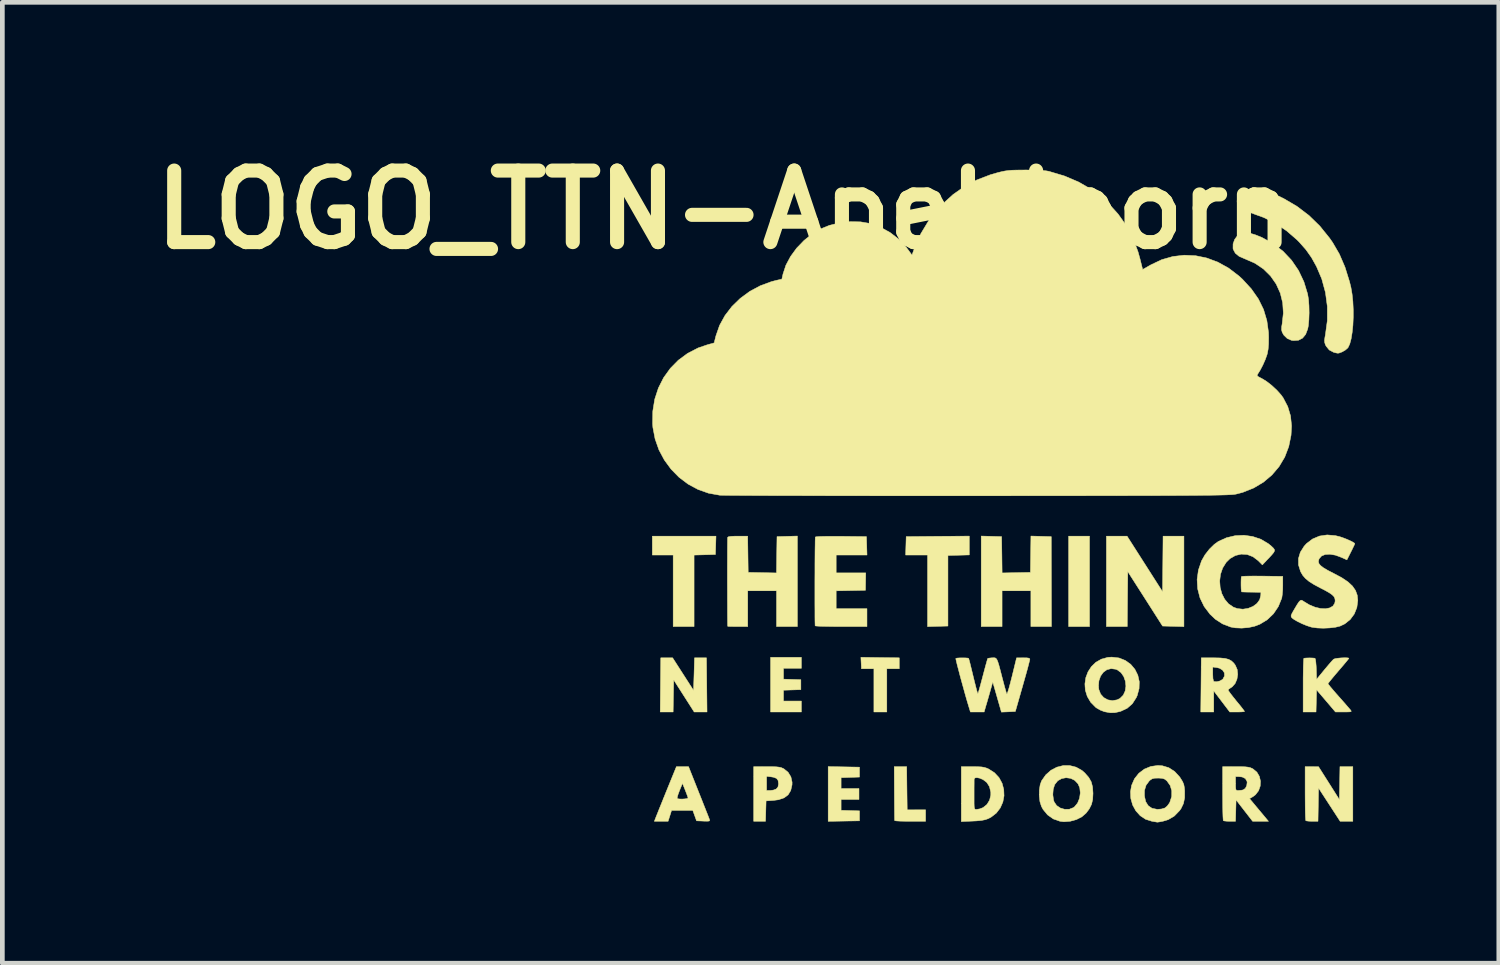
<source format=kicad_pcb>
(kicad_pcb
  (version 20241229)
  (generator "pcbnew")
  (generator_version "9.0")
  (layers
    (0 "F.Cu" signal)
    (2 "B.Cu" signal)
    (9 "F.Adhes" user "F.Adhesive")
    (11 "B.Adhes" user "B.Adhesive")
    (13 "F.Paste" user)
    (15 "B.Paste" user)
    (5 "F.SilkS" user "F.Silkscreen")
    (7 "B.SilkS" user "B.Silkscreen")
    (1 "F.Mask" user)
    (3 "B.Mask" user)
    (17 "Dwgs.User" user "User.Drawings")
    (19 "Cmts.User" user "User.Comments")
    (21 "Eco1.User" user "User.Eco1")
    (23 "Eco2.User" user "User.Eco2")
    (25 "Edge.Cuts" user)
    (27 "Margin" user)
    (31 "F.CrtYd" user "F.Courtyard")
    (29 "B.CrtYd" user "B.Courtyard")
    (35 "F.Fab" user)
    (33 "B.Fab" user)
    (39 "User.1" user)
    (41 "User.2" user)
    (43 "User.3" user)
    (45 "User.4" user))
  (footprint "LOGO_TTN-Apeldoorn"
    (layer "F.Cu")
    (at 18.381 7.418)
    (property "Reference" "LOGO_TTN-Apeldoorn" (at -6 -6 0) (layer "F.SilkS") (effects (font (size 1.524 1.524) (thickness 0.3))))
    (attr through_hole)
    (fp_poly (pts (xy 1.778 2.879) (xy 1.333 2.879) (xy 1.333 0.953) (xy 1.778 0.953) (xy 1.778 2.879)) (stroke (width 0.01) (type solid)) (fill yes) (layer "F.SilkS"))
    (fp_poly (pts (xy -6.191 1.344) (xy -6.419 1.35) (xy -6.646 1.356) (xy -6.646 2.879) (xy -7.091 2.879) (xy -7.091 1.355) (xy -7.535 1.355) (xy -7.535 0.953) (xy -6.179 0.953) (xy -6.191 1.344)) (stroke (width 0.01) (type solid)) (fill yes) (layer "F.SilkS"))
    (fp_poly (pts (xy -2.684 3.54) (xy -2.275 3.545) (xy -2.275 3.778) (xy -2.408 3.777) (xy -2.54 3.777) (xy -2.54 4.699) (xy -2.815 4.699) (xy -2.815 3.777) (xy -2.947 3.777) (xy -3.08 3.778) (xy -3.092 3.534) (xy -2.684 3.54)) (stroke (width 0.01) (type solid)) (fill yes) (layer "F.SilkS"))
    (fp_poly (pts (xy -4.36 3.768) (xy -4.741 3.768) (xy -4.741 3.999) (xy -4.371 4.011) (xy -4.371 4.223) (xy -4.741 4.235) (xy -4.741 4.466) (xy -4.36 4.466) (xy -4.36 4.699) (xy -5.016 4.699) (xy -5.016 3.535) (xy -4.36 3.535) (xy -4.36 3.768)) (stroke (width 0.01) (type solid)) (fill yes) (layer "F.SilkS"))
    (fp_poly (pts (xy -3.122 5.874) (xy -3.122 6.085) (xy -3.514 6.098) (xy -3.514 6.329) (xy -3.133 6.329) (xy -3.133 6.562) (xy -3.514 6.562) (xy -3.514 6.793) (xy -3.122 6.805) (xy -3.122 7.017) (xy -3.789 7.028) (xy -3.789 5.862) (xy -3.122 5.874)) (stroke (width 0.01) (type solid)) (fill yes) (layer "F.SilkS"))
    (fp_poly (pts (xy -0.783 1.353) (xy -1.011 1.359) (xy -1.238 1.365) (xy -1.238 2.868) (xy -1.455 2.874) (xy -1.672 2.88) (xy -1.672 1.355) (xy -2.139 1.355) (xy -2.133 1.159) (xy -2.127 0.963) (xy -1.455 0.957) (xy -0.783 0.952) (xy -0.783 1.353)) (stroke (width 0.01) (type solid)) (fill yes) (layer "F.SilkS"))
    (fp_poly (pts (xy -6.88 3.892) (xy -6.657 4.239) (xy -6.646 3.892) (xy -6.636 3.545) (xy -6.382 3.545) (xy -6.376 4.122) (xy -6.37 4.699) (xy -6.643 4.699) (xy -7.08 4.015) (xy -7.092 4.699) (xy -7.367 4.699) (xy -7.361 4.122) (xy -7.355 3.545) (xy -7.103 3.545) (xy -6.88 3.892)) (stroke (width 0.01) (type solid)) (fill yes) (layer "F.SilkS"))
    (fp_poly (pts (xy 2.956 1.545) (xy 3.334 2.137) (xy 3.345 0.953) (xy 3.789 0.953) (xy 3.789 2.88) (xy 3.562 2.874) (xy 3.334 2.868) (xy 2.964 2.288) (xy 2.593 1.708) (xy 2.587 2.293) (xy 2.582 2.879) (xy 2.138 2.879) (xy 2.138 0.953) (xy 2.578 0.953) (xy 2.956 1.545)) (stroke (width 0.01) (type solid)) (fill yes) (layer "F.SilkS"))
    (fp_poly (pts (xy -0.312 0.957) (xy -0.095 0.963) (xy -0.089 1.35) (xy -0.084 1.737) (xy 0.217 1.731) (xy 0.519 1.725) (xy 0.53 0.951) (xy 0.963 0.963) (xy 0.965 1.921) (xy 0.967 2.879) (xy 0.529 2.879) (xy 0.529 2.117) (xy -0.085 2.117) (xy -0.085 2.879) (xy -0.529 2.879) (xy -0.529 0.951) (xy -0.312 0.957)) (stroke (width 0.01) (type solid)) (fill yes) (layer "F.SilkS"))
    (fp_poly (pts (xy -2.112 6.324) (xy -2.106 6.784) (xy -1.91 6.783) (xy -1.714 6.783) (xy -1.714 7.027) (xy -2.043 7.027) (xy -2.155 7.026) (xy -2.252 7.024) (xy -2.324 7.02) (xy -2.366 7.015) (xy -2.373 7.011) (xy -2.374 6.987) (xy -2.375 6.926) (xy -2.376 6.833) (xy -2.377 6.716) (xy -2.378 6.579) (xy -2.379 6.429) (xy -2.382 5.863) (xy -2.117 5.863) (xy -2.112 6.324)) (stroke (width 0.01) (type solid)) (fill yes) (layer "F.SilkS"))
    (fp_poly (pts (xy 7.387 7.027) (xy 7.117 7.027) (xy 6.657 6.319) (xy 6.651 6.673) (xy 6.645 7.027) (xy 6.522 7.027) (xy 6.454 7.025) (xy 6.403 7.019) (xy 6.385 7.013) (xy 6.382 6.989) (xy 6.378 6.928) (xy 6.375 6.837) (xy 6.373 6.719) (xy 6.372 6.582) (xy 6.371 6.431) (xy 6.371 5.863) (xy 6.657 5.865) (xy 6.879 6.215) (xy 7.101 6.566) (xy 7.107 6.214) (xy 7.113 5.863) (xy 7.387 5.863) (xy 7.387 7.027)) (stroke (width 0.01) (type solid)) (fill yes) (layer "F.SilkS"))
    (fp_poly (pts (xy -5.096 5.864) (xy -4.978 5.864) (xy -4.894 5.867) (xy -4.834 5.874) (xy -4.789 5.884) (xy -4.75 5.901) (xy -4.731 5.911) (xy -4.642 5.984) (xy -4.583 6.081) (xy -4.558 6.194) (xy -4.559 6.251) (xy -4.587 6.372) (xy -4.643 6.464) (xy -4.729 6.528) (xy -4.847 6.568) (xy -4.953 6.582) (xy -5.112 6.593) (xy -5.118 6.81) (xy -5.124 7.027) (xy -5.376 7.027) (xy -5.376 6.371) (xy -5.101 6.371) (xy -5.021 6.371) (xy -4.955 6.362) (xy -4.899 6.341) (xy -4.894 6.338) (xy -4.859 6.298) (xy -4.847 6.235) (xy -4.847 6.224) (xy -4.856 6.157) (xy -4.888 6.114) (xy -4.951 6.089) (xy -5.006 6.08) (xy -5.101 6.069) (xy -5.101 6.371) (xy -5.376 6.371) (xy -5.376 5.863) (xy -5.096 5.864)) (stroke (width 0.01) (type solid)) (fill yes) (layer "F.SilkS"))
    (fp_poly (pts (xy -4.445 2.879) (xy -4.889 2.879) (xy -4.889 2.117) (xy -5.503 2.117) (xy -5.503 2.879) (xy -5.715 2.879) (xy -5.804 2.878) (xy -5.875 2.877) (xy -5.919 2.875) (xy -5.929 2.873) (xy -5.931 2.85) (xy -5.932 2.79) (xy -5.933 2.698) (xy -5.934 2.579) (xy -5.934 2.439) (xy -5.935 2.283) (xy -5.935 2.115) (xy -5.936 1.942) (xy -5.936 1.769) (xy -5.936 1.6) (xy -5.935 1.441) (xy -5.935 1.298) (xy -5.934 1.175) (xy -5.933 1.077) (xy -5.932 1.011) (xy -5.931 0.98) (xy -5.931 0.979) (xy -5.911 0.965) (xy -5.858 0.957) (xy -5.77 0.953) (xy -5.713 0.953) (xy -5.504 0.953) (xy -5.493 1.725) (xy -5.192 1.731) (xy -4.89 1.737) (xy -4.885 1.35) (xy -4.879 0.963) (xy -4.662 0.957) (xy -4.445 0.951) (xy -4.445 2.879)) (stroke (width 0.01) (type solid)) (fill yes) (layer "F.SilkS"))
    (fp_poly (pts (xy -3.512 0.957) (xy -2.974 0.963) (xy -2.968 1.159) (xy -2.962 1.355) (xy -3.619 1.355) (xy -3.619 1.736) (xy -2.989 1.736) (xy -2.992 1.921) (xy -2.995 2.106) (xy -3.307 2.112) (xy -3.619 2.118) (xy -3.619 2.498) (xy -2.963 2.498) (xy -2.963 2.879) (xy -3.514 2.879) (xy -3.661 2.878) (xy -3.794 2.876) (xy -3.907 2.874) (xy -3.994 2.871) (xy -4.049 2.867) (xy -4.067 2.863) (xy -4.068 2.832) (xy -4.07 2.765) (xy -4.071 2.668) (xy -4.071 2.544) (xy -4.072 2.401) (xy -4.072 2.242) (xy -4.072 2.073) (xy -4.072 1.899) (xy -4.071 1.727) (xy -4.071 1.559) (xy -4.07 1.403) (xy -4.069 1.263) (xy -4.067 1.145) (xy -4.066 1.054) (xy -4.064 0.994) (xy -4.063 0.971) (xy -4.038 0.966) (xy -3.976 0.961) (xy -3.881 0.958) (xy -3.757 0.957) (xy -3.608 0.957) (xy -3.512 0.957)) (stroke (width 0.01) (type solid)) (fill yes) (layer "F.SilkS"))
    (fp_poly (pts (xy 5.192 -5.501) (xy 5.305 -5.468) (xy 5.431 -5.418) (xy 5.453 -5.408) (xy 5.692 -5.277) (xy 5.902 -5.115) (xy 6.082 -4.924) (xy 6.23 -4.707) (xy 6.345 -4.465) (xy 6.424 -4.205) (xy 6.443 -4.091) (xy 6.453 -3.952) (xy 6.456 -3.803) (xy 6.451 -3.656) (xy 6.439 -3.528) (xy 6.426 -3.461) (xy 6.382 -3.345) (xy 6.316 -3.265) (xy 6.229 -3.22) (xy 6.122 -3.213) (xy 6.079 -3.219) (xy 5.99 -3.258) (xy 5.917 -3.329) (xy 5.883 -3.389) (xy 5.869 -3.442) (xy 5.871 -3.507) (xy 5.882 -3.571) (xy 5.907 -3.798) (xy 5.893 -4.017) (xy 5.842 -4.224) (xy 5.755 -4.416) (xy 5.635 -4.588) (xy 5.485 -4.737) (xy 5.305 -4.859) (xy 5.098 -4.95) (xy 5.088 -4.954) (xy 4.966 -5.007) (xy 4.884 -5.074) (xy 4.84 -5.156) (xy 4.835 -5.176) (xy 4.836 -5.273) (xy 4.87 -5.368) (xy 4.93 -5.448) (xy 5.008 -5.504) (xy 5.034 -5.513) (xy 5.099 -5.517) (xy 5.192 -5.501)) (stroke (width 0.01) (type solid)) (fill yes) (layer "F.SilkS"))
    (fp_poly (pts (xy -6.893 5.863) (xy -6.763 5.864) (xy -6.547 6.408) (xy -6.489 6.553) (xy -6.437 6.685) (xy -6.391 6.801) (xy -6.354 6.894) (xy -6.329 6.959) (xy -6.317 6.991) (xy -6.316 6.991) (xy -6.313 7.011) (xy -6.326 7.022) (xy -6.364 7.025) (xy -6.435 7.024) (xy -6.448 7.023) (xy -6.593 7.017) (xy -6.633 6.906) (xy -6.673 6.795) (xy -7.125 6.795) (xy -7.199 7.027) (xy -7.492 7.027) (xy -7.449 6.916) (xy -7.428 6.865) (xy -7.395 6.781) (xy -7.351 6.673) (xy -7.3 6.547) (xy -7.298 6.542) (xy -7.006 6.542) (xy -7.004 6.545) (xy -6.96 6.552) (xy -6.901 6.554) (xy -6.841 6.55) (xy -6.794 6.543) (xy -6.774 6.532) (xy -6.774 6.532) (xy -6.782 6.502) (xy -6.803 6.445) (xy -6.831 6.372) (xy -6.834 6.364) (xy -6.893 6.218) (xy -6.958 6.378) (xy -6.986 6.453) (xy -7.003 6.51) (xy -7.006 6.542) (xy -7.298 6.542) (xy -7.245 6.41) (xy -7.214 6.334) (xy -7.022 5.863) (xy -6.893 5.863)) (stroke (width 0.01) (type solid)) (fill yes) (layer "F.SilkS"))
    (fp_poly (pts (xy 4.895 5.864) (xy 5.012 5.864) (xy 5.096 5.867) (xy 5.156 5.874) (xy 5.201 5.884) (xy 5.24 5.901) (xy 5.26 5.911) (xy 5.343 5.98) (xy 5.396 6.07) (xy 5.42 6.172) (xy 5.414 6.277) (xy 5.379 6.376) (xy 5.314 6.461) (xy 5.261 6.501) (xy 5.187 6.544) (xy 5.59 7.027) (xy 5.253 7.027) (xy 4.9 6.572) (xy 4.894 6.8) (xy 4.888 7.027) (xy 4.765 7.027) (xy 4.697 7.025) (xy 4.646 7.019) (xy 4.628 7.013) (xy 4.625 6.989) (xy 4.621 6.928) (xy 4.618 6.837) (xy 4.616 6.719) (xy 4.615 6.582) (xy 4.614 6.431) (xy 4.614 6.075) (xy 4.889 6.075) (xy 4.889 6.223) (xy 4.89 6.3) (xy 4.894 6.345) (xy 4.906 6.365) (xy 4.929 6.371) (xy 4.948 6.371) (xy 5.01 6.366) (xy 5.052 6.358) (xy 5.097 6.326) (xy 5.127 6.268) (xy 5.136 6.199) (xy 5.131 6.172) (xy 5.097 6.116) (xy 5.029 6.083) (xy 4.952 6.075) (xy 4.889 6.075) (xy 4.614 6.075) (xy 4.614 5.863) (xy 4.895 5.864)) (stroke (width 0.01) (type solid)) (fill yes) (layer "F.SilkS"))
    (fp_poly (pts (xy -0.714 5.863) (xy -0.604 5.865) (xy -0.524 5.869) (xy -0.464 5.879) (xy -0.412 5.895) (xy -0.37 5.914) (xy -0.245 5.994) (xy -0.149 6.098) (xy -0.084 6.218) (xy -0.049 6.349) (xy -0.043 6.484) (xy -0.068 6.617) (xy -0.123 6.742) (xy -0.207 6.852) (xy -0.321 6.94) (xy -0.381 6.971) (xy -0.444 6.993) (xy -0.524 7.009) (xy -0.63 7.019) (xy -0.714 7.023) (xy -0.953 7.033) (xy -0.953 6.553) (xy -0.681 6.553) (xy -0.681 6.646) (xy -0.679 6.708) (xy -0.674 6.746) (xy -0.665 6.766) (xy -0.652 6.773) (xy -0.633 6.774) (xy -0.619 6.773) (xy -0.561 6.763) (xy -0.495 6.738) (xy -0.487 6.734) (xy -0.407 6.669) (xy -0.351 6.577) (xy -0.325 6.471) (xy -0.325 6.408) (xy -0.353 6.29) (xy -0.409 6.201) (xy -0.488 6.14) (xy -0.559 6.109) (xy -0.621 6.097) (xy -0.664 6.104) (xy -0.679 6.128) (xy -0.68 6.16) (xy -0.68 6.226) (xy -0.681 6.315) (xy -0.681 6.418) (xy -0.681 6.424) (xy -0.681 6.553) (xy -0.953 6.553) (xy -0.953 5.863) (xy -0.714 5.863)) (stroke (width 0.01) (type solid)) (fill yes) (layer "F.SilkS"))
    (fp_poly (pts (xy 4.562 3.548) (xy 4.666 3.558) (xy 4.744 3.579) (xy 4.803 3.612) (xy 4.853 3.66) (xy 4.884 3.703) (xy 4.924 3.794) (xy 4.935 3.897) (xy 4.919 4) (xy 4.879 4.093) (xy 4.817 4.163) (xy 4.783 4.185) (xy 4.745 4.211) (xy 4.731 4.232) (xy 4.744 4.255) (xy 4.779 4.304) (xy 4.831 4.371) (xy 4.895 4.451) (xy 4.905 4.464) (xy 4.971 4.543) (xy 5.025 4.611) (xy 5.063 4.661) (xy 5.08 4.686) (xy 5.08 4.687) (xy 5.061 4.693) (xy 5.009 4.697) (xy 4.936 4.699) (xy 4.923 4.699) (xy 4.766 4.699) (xy 4.595 4.474) (xy 4.424 4.249) (xy 4.424 4.699) (xy 4.148 4.699) (xy 4.154 4.122) (xy 4.156 3.89) (xy 4.403 3.89) (xy 4.407 3.985) (xy 4.419 4.038) (xy 4.429 4.05) (xy 4.485 4.055) (xy 4.552 4.039) (xy 4.609 4.007) (xy 4.62 3.996) (xy 4.654 3.931) (xy 4.651 3.865) (xy 4.614 3.808) (xy 4.549 3.767) (xy 4.492 3.753) (xy 4.403 3.741) (xy 4.403 3.89) (xy 4.156 3.89) (xy 4.159 3.545) (xy 4.424 3.545) (xy 4.562 3.548)) (stroke (width 0.01) (type solid)) (fill yes) (layer "F.SilkS"))
    (fp_poly (pts (xy 2.407 3.548) (xy 2.542 3.602) (xy 2.656 3.684) (xy 2.745 3.79) (xy 2.807 3.915) (xy 2.838 4.053) (xy 2.834 4.199) (xy 2.794 4.348) (xy 2.773 4.394) (xy 2.69 4.523) (xy 2.581 4.619) (xy 2.445 4.683) (xy 2.425 4.689) (xy 2.318 4.713) (xy 2.219 4.715) (xy 2.109 4.695) (xy 2.089 4.69) (xy 2.009 4.659) (xy 1.93 4.614) (xy 1.91 4.6) (xy 1.802 4.49) (xy 1.73 4.367) (xy 1.689 4.235) (xy 1.683 4.152) (xy 1.969 4.152) (xy 1.977 4.221) (xy 2.015 4.318) (xy 2.081 4.392) (xy 2.168 4.44) (xy 2.265 4.457) (xy 2.365 4.44) (xy 2.428 4.409) (xy 2.497 4.34) (xy 2.538 4.25) (xy 2.553 4.148) (xy 2.542 4.043) (xy 2.507 3.944) (xy 2.449 3.86) (xy 2.369 3.801) (xy 2.337 3.788) (xy 2.238 3.775) (xy 2.148 3.798) (xy 2.072 3.853) (xy 2.014 3.933) (xy 1.978 4.035) (xy 1.969 4.152) (xy 1.683 4.152) (xy 1.68 4.1) (xy 1.699 3.967) (xy 1.746 3.843) (xy 1.818 3.732) (xy 1.913 3.64) (xy 2.031 3.573) (xy 2.169 3.535) (xy 2.253 3.53) (xy 2.407 3.548)) (stroke (width 0.01) (type solid)) (fill yes) (layer "F.SilkS"))
    (fp_poly (pts (xy 1.492 5.874) (xy 1.618 5.945) (xy 1.679 5.999) (xy 1.762 6.094) (xy 1.815 6.188) (xy 1.843 6.296) (xy 1.852 6.429) (xy 1.852 6.435) (xy 1.845 6.564) (xy 1.82 6.668) (xy 1.773 6.762) (xy 1.704 6.854) (xy 1.614 6.932) (xy 1.497 6.991) (xy 1.365 7.027) (xy 1.231 7.037) (xy 1.15 7.027) (xy 1.007 6.977) (xy 0.885 6.891) (xy 0.789 6.775) (xy 0.754 6.71) (xy 0.722 6.61) (xy 0.708 6.489) (xy 0.708 6.46) (xy 0.996 6.46) (xy 1.011 6.571) (xy 1.025 6.615) (xy 1.078 6.692) (xy 1.157 6.745) (xy 1.25 6.772) (xy 1.346 6.771) (xy 1.433 6.737) (xy 1.457 6.72) (xy 1.524 6.639) (xy 1.566 6.535) (xy 1.582 6.422) (xy 1.57 6.313) (xy 1.533 6.229) (xy 1.463 6.155) (xy 1.375 6.112) (xy 1.279 6.099) (xy 1.184 6.117) (xy 1.101 6.164) (xy 1.039 6.242) (xy 1.036 6.246) (xy 1.005 6.345) (xy 0.996 6.46) (xy 0.708 6.46) (xy 0.709 6.363) (xy 0.727 6.248) (xy 0.757 6.165) (xy 0.846 6.038) (xy 0.957 5.94) (xy 1.083 5.874) (xy 1.218 5.84) (xy 1.357 5.84) (xy 1.492 5.874)) (stroke (width 0.01) (type solid)) (fill yes) (layer "F.SilkS"))
    (fp_poly (pts (xy 5.306 -6.465) (xy 5.396 -6.447) (xy 5.507 -6.413) (xy 5.635 -6.366) (xy 5.77 -6.308) (xy 5.907 -6.242) (xy 5.91 -6.241) (xy 6.195 -6.074) (xy 6.452 -5.879) (xy 6.683 -5.654) (xy 6.893 -5.394) (xy 6.957 -5.302) (xy 7.1 -5.057) (xy 7.22 -4.778) (xy 7.316 -4.47) (xy 7.346 -4.35) (xy 7.371 -4.205) (xy 7.388 -4.045) (xy 7.396 -3.875) (xy 7.396 -3.705) (xy 7.389 -3.539) (xy 7.373 -3.386) (xy 7.351 -3.251) (xy 7.322 -3.142) (xy 7.287 -3.067) (xy 7.274 -3.051) (xy 7.222 -3.007) (xy 7.155 -2.97) (xy 7.093 -2.947) (xy 7.065 -2.944) (xy 7.026 -2.951) (xy 6.977 -2.964) (xy 6.885 -3.013) (xy 6.818 -3.095) (xy 6.802 -3.126) (xy 6.788 -3.171) (xy 6.784 -3.218) (xy 6.793 -3.283) (xy 6.803 -3.338) (xy 6.844 -3.638) (xy 6.844 -3.94) (xy 6.804 -4.238) (xy 6.725 -4.528) (xy 6.614 -4.789) (xy 6.506 -4.983) (xy 6.387 -5.151) (xy 6.245 -5.312) (xy 6.196 -5.361) (xy 5.975 -5.552) (xy 5.736 -5.712) (xy 5.487 -5.836) (xy 5.301 -5.903) (xy 5.188 -5.945) (xy 5.11 -5.995) (xy 5.058 -6.061) (xy 5.037 -6.111) (xy 5.025 -6.203) (xy 5.049 -6.295) (xy 5.101 -6.377) (xy 5.177 -6.439) (xy 5.247 -6.466) (xy 5.306 -6.465)) (stroke (width 0.01) (type solid)) (fill yes) (layer "F.SilkS"))
    (fp_poly (pts (xy 7.263 3.545) (xy 7.298 3.55) (xy 7.303 3.555) (xy 7.289 3.575) (xy 7.253 3.62) (xy 7.198 3.686) (xy 7.129 3.767) (xy 7.08 3.824) (xy 7.005 3.912) (xy 6.941 3.989) (xy 6.892 4.049) (xy 6.863 4.086) (xy 6.858 4.096) (xy 6.871 4.116) (xy 6.908 4.162) (xy 6.964 4.228) (xy 7.034 4.309) (xy 7.086 4.368) (xy 7.165 4.457) (xy 7.236 4.538) (xy 7.293 4.604) (xy 7.331 4.648) (xy 7.342 4.662) (xy 7.353 4.68) (xy 7.348 4.691) (xy 7.318 4.696) (xy 7.258 4.698) (xy 7.194 4.698) (xy 7.017 4.698) (xy 6.816 4.462) (xy 6.615 4.227) (xy 6.609 4.463) (xy 6.603 4.699) (xy 6.329 4.699) (xy 6.329 4.128) (xy 6.329 3.977) (xy 6.331 3.841) (xy 6.333 3.725) (xy 6.337 3.635) (xy 6.34 3.576) (xy 6.345 3.554) (xy 6.345 3.554) (xy 6.399 3.549) (xy 6.466 3.547) (xy 6.529 3.549) (xy 6.573 3.553) (xy 6.582 3.556) (xy 6.591 3.581) (xy 6.599 3.639) (xy 6.606 3.72) (xy 6.609 3.786) (xy 6.615 4.003) (xy 6.78 3.802) (xy 6.847 3.722) (xy 6.906 3.653) (xy 6.952 3.601) (xy 6.978 3.575) (xy 6.978 3.575) (xy 7.009 3.563) (xy 7.065 3.554) (xy 7.135 3.547) (xy 7.205 3.544) (xy 7.263 3.545)) (stroke (width 0.01) (type solid)) (fill yes) (layer "F.SilkS"))
    (fp_poly (pts (xy 3.331 5.845) (xy 3.467 5.886) (xy 3.591 5.966) (xy 3.697 6.081) (xy 3.713 6.105) (xy 3.759 6.179) (xy 3.786 6.242) (xy 3.799 6.312) (xy 3.805 6.379) (xy 3.804 6.527) (xy 3.779 6.649) (xy 3.727 6.757) (xy 3.698 6.798) (xy 3.586 6.914) (xy 3.455 6.992) (xy 3.346 7.025) (xy 3.281 7.038) (xy 3.234 7.045) (xy 3.219 7.046) (xy 3.193 7.041) (xy 3.139 7.032) (xy 3.105 7.026) (xy 2.972 6.984) (xy 2.858 6.908) (xy 2.765 6.805) (xy 2.697 6.681) (xy 2.658 6.542) (xy 2.655 6.489) (xy 2.948 6.489) (xy 2.975 6.609) (xy 3.029 6.696) (xy 3.109 6.75) (xy 3.216 6.772) (xy 3.234 6.772) (xy 3.308 6.766) (xy 3.374 6.747) (xy 3.386 6.742) (xy 3.433 6.703) (xy 3.478 6.642) (xy 3.49 6.619) (xy 3.529 6.498) (xy 3.53 6.376) (xy 3.496 6.264) (xy 3.428 6.168) (xy 3.419 6.16) (xy 3.377 6.128) (xy 3.328 6.112) (xy 3.257 6.107) (xy 3.238 6.107) (xy 3.163 6.109) (xy 3.112 6.122) (xy 3.071 6.149) (xy 3.05 6.168) (xy 2.982 6.26) (xy 2.949 6.37) (xy 2.948 6.489) (xy 2.655 6.489) (xy 2.651 6.395) (xy 2.674 6.263) (xy 2.736 6.121) (xy 2.829 6.004) (xy 2.947 5.915) (xy 3.084 5.859) (xy 3.235 5.838) (xy 3.331 5.845)) (stroke (width 0.01) (type solid)) (fill yes) (layer "F.SilkS"))
    (fp_poly (pts (xy -0.234 3.546) (xy -0.213 3.558) (xy -0.194 3.584) (xy -0.175 3.629) (xy -0.153 3.699) (xy -0.126 3.799) (xy -0.091 3.934) (xy -0.085 3.958) (xy -0.055 4.072) (xy -0.028 4.173) (xy -0.005 4.253) (xy 0.01 4.304) (xy 0.014 4.318) (xy 0.023 4.308) (xy 0.04 4.263) (xy 0.063 4.188) (xy 0.09 4.088) (xy 0.12 3.97) (xy 0.126 3.948) (xy 0.224 3.546) (xy 0.366 3.545) (xy 0.444 3.546) (xy 0.488 3.553) (xy 0.505 3.566) (xy 0.507 3.576) (xy 0.501 3.605) (xy 0.485 3.668) (xy 0.461 3.761) (xy 0.429 3.877) (xy 0.391 4.011) (xy 0.352 4.149) (xy 0.198 4.688) (xy 0.049 4.695) (xy -0.099 4.701) (xy -0.191 4.38) (xy -0.283 4.059) (xy -0.333 4.236) (xy -0.363 4.341) (xy -0.395 4.452) (xy -0.423 4.548) (xy -0.426 4.556) (xy -0.467 4.699) (xy -0.759 4.699) (xy -0.78 4.63) (xy -0.806 4.544) (xy -0.838 4.437) (xy -0.873 4.314) (xy -0.909 4.183) (xy -0.946 4.05) (xy -0.981 3.921) (xy -1.012 3.802) (xy -1.039 3.7) (xy -1.058 3.621) (xy -1.069 3.572) (xy -1.07 3.558) (xy -1.046 3.551) (xy -0.995 3.547) (xy -0.929 3.546) (xy -0.865 3.547) (xy -0.816 3.551) (xy -0.797 3.557) (xy -0.79 3.58) (xy -0.774 3.637) (xy -0.753 3.722) (xy -0.727 3.828) (xy -0.699 3.944) (xy -0.67 4.062) (xy -0.644 4.165) (xy -0.623 4.245) (xy -0.607 4.295) (xy -0.6 4.311) (xy -0.592 4.289) (xy -0.575 4.232) (xy -0.551 4.147) (xy -0.523 4.042) (xy -0.494 3.934) (xy -0.463 3.816) (xy -0.435 3.712) (xy -0.412 3.63) (xy -0.397 3.577) (xy -0.39 3.558) (xy -0.365 3.552) (xy -0.315 3.546) (xy -0.295 3.545) (xy -0.261 3.544) (xy -0.234 3.546)) (stroke (width 0.01) (type solid)) (fill yes) (layer "F.SilkS"))
    (fp_poly (pts (xy 5.255 0.961) (xy 5.43 1.02) (xy 5.588 1.114) (xy 5.65 1.165) (xy 5.691 1.204) (xy 5.715 1.235) (xy 5.72 1.264) (xy 5.702 1.301) (xy 5.66 1.352) (xy 5.593 1.425) (xy 5.57 1.448) (xy 5.46 1.565) (xy 5.371 1.475) (xy 5.259 1.391) (xy 5.137 1.344) (xy 5.01 1.336) (xy 4.886 1.365) (xy 4.772 1.43) (xy 4.69 1.51) (xy 4.614 1.632) (xy 4.568 1.766) (xy 4.551 1.907) (xy 4.561 2.046) (xy 4.597 2.179) (xy 4.657 2.297) (xy 4.739 2.395) (xy 4.843 2.466) (xy 4.927 2.496) (xy 5.045 2.509) (xy 5.159 2.491) (xy 5.262 2.449) (xy 5.346 2.386) (xy 5.403 2.307) (xy 5.426 2.216) (xy 5.429 2.149) (xy 5.233 2.146) (xy 5.146 2.145) (xy 5.074 2.143) (xy 5.029 2.141) (xy 5.019 2.14) (xy 5.013 2.12) (xy 5.008 2.07) (xy 5.006 2.002) (xy 5.006 1.929) (xy 5.008 1.863) (xy 5.013 1.816) (xy 5.013 1.815) (xy 5.034 1.81) (xy 5.092 1.806) (xy 5.178 1.804) (xy 5.289 1.803) (xy 5.417 1.804) (xy 5.456 1.804) (xy 5.895 1.81) (xy 5.895 2) (xy 5.893 2.098) (xy 5.885 2.191) (xy 5.875 2.263) (xy 5.871 2.278) (xy 5.8 2.453) (xy 5.696 2.607) (xy 5.563 2.734) (xy 5.407 2.829) (xy 5.297 2.871) (xy 5.164 2.9) (xy 5.02 2.912) (xy 4.882 2.906) (xy 4.786 2.889) (xy 4.612 2.822) (xy 4.46 2.724) (xy 4.345 2.616) (xy 4.22 2.451) (xy 4.132 2.27) (xy 4.082 2.076) (xy 4.07 1.876) (xy 4.098 1.675) (xy 4.165 1.478) (xy 4.166 1.477) (xy 4.237 1.352) (xy 4.331 1.231) (xy 4.435 1.129) (xy 4.522 1.066) (xy 4.696 0.987) (xy 4.881 0.943) (xy 5.07 0.934) (xy 5.255 0.961)) (stroke (width 0.01) (type solid)) (fill yes) (layer "F.SilkS"))
    (fp_poly (pts (xy 7.015 0.942) (xy 7.107 0.964) (xy 7.178 0.988) (xy 7.256 1.018) (xy 7.33 1.051) (xy 7.389 1.081) (xy 7.424 1.104) (xy 7.429 1.112) (xy 7.421 1.135) (xy 7.397 1.185) (xy 7.363 1.256) (xy 7.345 1.291) (xy 7.261 1.458) (xy 7.146 1.406) (xy 7.016 1.358) (xy 6.898 1.338) (xy 6.798 1.344) (xy 6.72 1.376) (xy 6.67 1.434) (xy 6.666 1.442) (xy 6.654 1.49) (xy 6.663 1.534) (xy 6.697 1.577) (xy 6.758 1.625) (xy 6.852 1.681) (xy 6.98 1.747) (xy 7.151 1.838) (xy 7.283 1.927) (xy 7.379 2.016) (xy 7.444 2.11) (xy 7.481 2.211) (xy 7.493 2.322) (xy 7.473 2.473) (xy 7.418 2.611) (xy 7.331 2.729) (xy 7.216 2.821) (xy 7.116 2.869) (xy 7.018 2.893) (xy 6.894 2.908) (xy 6.759 2.914) (xy 6.63 2.909) (xy 6.521 2.894) (xy 6.498 2.889) (xy 6.406 2.859) (xy 6.308 2.819) (xy 6.215 2.774) (xy 6.139 2.731) (xy 6.091 2.695) (xy 6.09 2.693) (xy 6.075 2.672) (xy 6.072 2.648) (xy 6.084 2.613) (xy 6.115 2.556) (xy 6.147 2.501) (xy 6.2 2.412) (xy 6.238 2.355) (xy 6.267 2.325) (xy 6.291 2.317) (xy 6.318 2.328) (xy 6.346 2.347) (xy 6.464 2.418) (xy 6.584 2.467) (xy 6.699 2.494) (xy 6.804 2.499) (xy 6.893 2.482) (xy 6.961 2.444) (xy 7.001 2.385) (xy 7.011 2.334) (xy 7.006 2.286) (xy 6.987 2.243) (xy 6.947 2.202) (xy 6.882 2.157) (xy 6.786 2.103) (xy 6.706 2.062) (xy 6.565 1.987) (xy 6.458 1.92) (xy 6.379 1.855) (xy 6.32 1.787) (xy 6.275 1.71) (xy 6.273 1.704) (xy 6.23 1.567) (xy 6.229 1.43) (xy 6.269 1.296) (xy 6.349 1.169) (xy 6.401 1.111) (xy 6.53 1.013) (xy 6.677 0.951) (xy 6.84 0.927) (xy 7.015 0.942)) (stroke (width 0.01) (type solid)) (fill yes) (layer "F.SilkS"))
    (fp_poly (pts (xy 0.595 -6.845) (xy 0.743 -6.839) (xy 0.854 -6.829) (xy 0.91 -6.819) (xy 1.245 -6.719) (xy 1.55 -6.589) (xy 1.828 -6.428) (xy 2.077 -6.235) (xy 2.174 -6.144) (xy 2.387 -5.908) (xy 2.563 -5.661) (xy 2.703 -5.396) (xy 2.811 -5.106) (xy 2.854 -4.951) (xy 2.91 -4.727) (xy 3.086 -4.827) (xy 3.315 -4.936) (xy 3.553 -5.004) (xy 3.795 -5.032) (xy 4.038 -5.021) (xy 4.279 -4.971) (xy 4.515 -4.882) (xy 4.742 -4.756) (xy 4.957 -4.592) (xy 5.035 -4.521) (xy 5.225 -4.314) (xy 5.375 -4.1) (xy 5.485 -3.876) (xy 5.556 -3.638) (xy 5.591 -3.385) (xy 5.594 -3.281) (xy 5.592 -3.139) (xy 5.583 -3.029) (xy 5.566 -2.938) (xy 5.559 -2.912) (xy 5.521 -2.806) (xy 5.47 -2.691) (xy 5.414 -2.584) (xy 5.365 -2.506) (xy 5.35 -2.48) (xy 5.352 -2.461) (xy 5.38 -2.44) (xy 5.438 -2.41) (xy 5.452 -2.403) (xy 5.551 -2.342) (xy 5.66 -2.257) (xy 5.767 -2.158) (xy 5.858 -2.056) (xy 5.903 -1.994) (xy 6.001 -1.806) (xy 6.06 -1.609) (xy 6.082 -1.396) (xy 6.071 -1.196) (xy 6.022 -0.955) (xy 5.937 -0.732) (xy 5.816 -0.529) (xy 5.664 -0.35) (xy 5.483 -0.197) (xy 5.275 -0.073) (xy 5.043 0.02) (xy 4.909 0.055) (xy 4.89 0.059) (xy 4.867 0.063) (xy 4.837 0.066) (xy 4.8 0.069) (xy 4.753 0.071) (xy 4.696 0.074) (xy 4.626 0.076) (xy 4.543 0.078) (xy 4.444 0.08) (xy 4.328 0.082) (xy 4.193 0.083) (xy 4.038 0.085) (xy 3.861 0.086) (xy 3.661 0.087) (xy 3.436 0.088) (xy 3.185 0.089) (xy 2.905 0.09) (xy 2.596 0.09) (xy 2.256 0.091) (xy 1.883 0.091) (xy 1.475 0.092) (xy 1.032 0.092) (xy 0.551 0.092) (xy 0.032 0.093) (xy -0.529 0.093) (xy -0.593 0.093) (xy -1.068 0.093) (xy -1.532 0.093) (xy -1.985 0.093) (xy -2.424 0.093) (xy -2.848 0.093) (xy -3.254 0.092) (xy -3.641 0.092) (xy -4.006 0.091) (xy -4.349 0.09) (xy -4.666 0.09) (xy -4.957 0.089) (xy -5.22 0.088) (xy -5.452 0.087) (xy -5.651 0.086) (xy -5.816 0.085) (xy -5.946 0.084) (xy -6.037 0.082) (xy -6.089 0.081) (xy -6.098 0.081) (xy -6.337 0.038) (xy -6.563 -0.042) (xy -6.774 -0.156) (xy -6.966 -0.301) (xy -7.135 -0.473) (xy -7.279 -0.669) (xy -7.394 -0.884) (xy -7.476 -1.117) (xy -7.523 -1.362) (xy -7.529 -1.444) (xy -7.525 -1.709) (xy -7.484 -1.963) (xy -7.406 -2.202) (xy -7.295 -2.422) (xy -7.152 -2.621) (xy -6.981 -2.795) (xy -6.783 -2.941) (xy -6.56 -3.056) (xy -6.374 -3.12) (xy -6.218 -3.164) (xy -6.18 -3.315) (xy -6.102 -3.538) (xy -5.987 -3.747) (xy -5.839 -3.94) (xy -5.662 -4.112) (xy -5.461 -4.26) (xy -5.238 -4.38) (xy -5 -4.468) (xy -4.901 -4.494) (xy -4.776 -4.522) (xy -4.751 -4.632) (xy -4.689 -4.82) (xy -4.59 -5.005) (xy -4.461 -5.182) (xy -4.305 -5.344) (xy -4.13 -5.485) (xy -3.954 -5.59) (xy -3.759 -5.669) (xy -3.543 -5.721) (xy -3.319 -5.746) (xy -3.099 -5.742) (xy -2.9 -5.708) (xy -2.68 -5.63) (xy -2.473 -5.517) (xy -2.287 -5.374) (xy -2.13 -5.205) (xy -2.106 -5.174) (xy -2.004 -5.035) (xy -1.947 -5.19) (xy -1.815 -5.491) (xy -1.647 -5.77) (xy -1.444 -6.026) (xy -1.356 -6.118) (xy -1.128 -6.325) (xy -0.886 -6.495) (xy -0.625 -6.634) (xy -0.338 -6.744) (xy -0.18 -6.79) (xy -0.098 -6.81) (xy -0.026 -6.825) (xy 0.046 -6.835) (xy 0.127 -6.842) (xy 0.228 -6.845) (xy 0.358 -6.846) (xy 0.413 -6.847) (xy 0.595 -6.845)) (stroke (width 0.01) (type solid)) (fill yes) (layer "F.SilkS")))
  (gr_rect
    (start -3 -3)
    (end 28.878 17.469)
    (stroke (width 0.1) (type default))
    (fill no)
    (layer "Edge.Cuts")))
</source>
